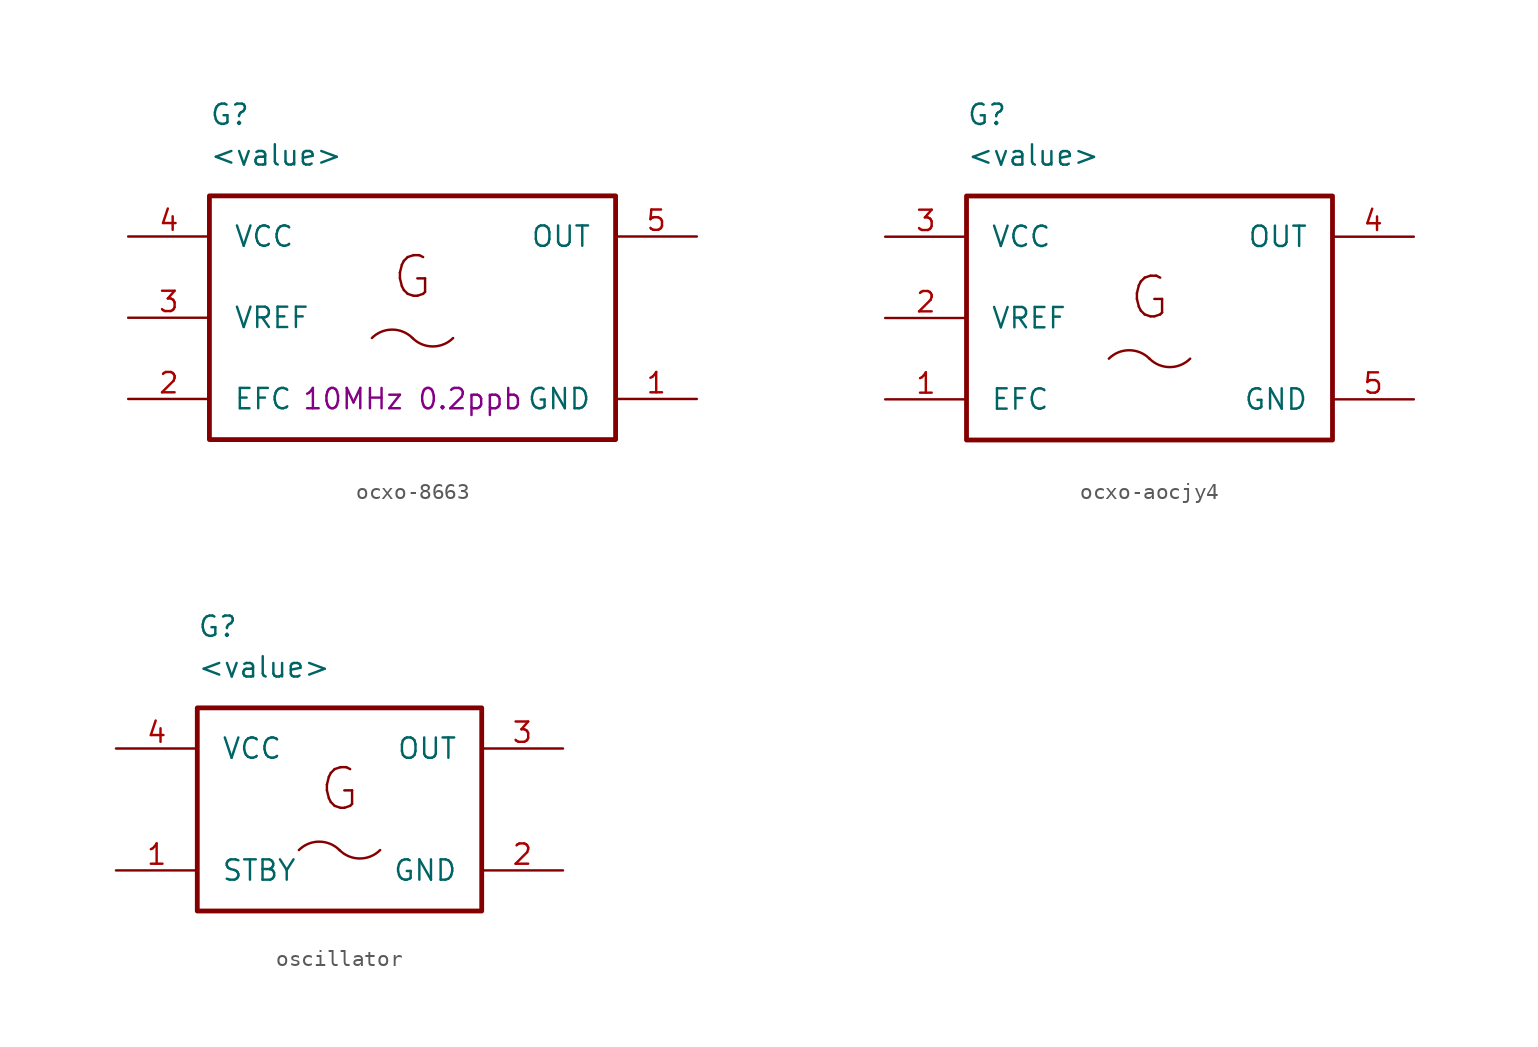
<source format=kicad_sym>
(kicad_symbol_lib
  (version 20241209)
  (generator "kicad_symbol_editor")
  (generator_version "9.0")
  (symbol "ocxo-8663"
    (pin_names
      (offset 1.5))
    (property "Reference" "G"
      (at 5.08 5.08 0)
      (effects (font (size 1.27 1.27)) (justify left)))
    (property "Value" "<value>"
      (at 5.08 2.54 0)
      (effects (font (size 1.27 1.27)) (justify left)))
    (property "Remarks" "10MHz 0.2ppb"
      (at 17.78 -12.7 0)
      (do_not_autoplace)
      (effects (font (size 1.27 1.27))))
    (symbol "ocxo-8663_0_1"
      (arc (start 15.24 -8.8898) (mid 16.51 -8.3638) (end 17.78 -8.8898) (stroke (width 0) (type default)) (fill (type none)))
      (arc (start 20.32 -8.8901) (mid 19.05 -9.4161) (end 17.78 -8.8901) (stroke (width 0) (type default)) (fill (type none))))
    (symbol "ocxo-8663_1_1"
      (rectangle (start 5.08 0) (end 30.48 -15.24) (stroke (width 0.3) (type default)) (fill (type none)))
      (text "G" (at 17.78 -5.08 0) (effects (font (size 2.54 2.54))))
      (pin power_in line (at 0 -2.54 0) (length 5.08) (name "VCC" (effects (font (size 1.27 1.27)))) (number "4" (effects (font (size 1.27 1.27)))))
      (pin output line (at 0 -7.62 0) (length 5.08) (name "VREF" (effects (font (size 1.27 1.27)))) (number "3" (effects (font (size 1.27 1.27)))))
      (pin input line (at 0 -12.7 0) (length 5.08) (name "EFC" (effects (font (size 1.27 1.27)))) (number "2" (effects (font (size 1.27 1.27)))))
      (pin output line (at 35.56 -2.54 180) (length 5.08) (name "OUT" (effects (font (size 1.27 1.27)))) (number "5" (effects (font (size 1.27 1.27)))))
      (pin power_in line (at 35.56 -12.7 180) (length 5.08) (name "GND" (effects (font (size 1.27 1.27)))) (number "1" (effects (font (size 1.27 1.27)))))))
  (symbol "ocxo-aocjy4"
    (pin_names
      (offset 1.5))
    (property "Reference" "G"
      (at 5.08 5.08 0)
      (effects (font (size 1.27 1.27)) (justify left)))
    (property "Value" "<value>"
      (at 5.08 2.54 0)
      (effects (font (size 1.27 1.27)) (justify left)))
    (symbol "ocxo-aocjy4_0_1"
      (arc (start 13.97 -10.1598) (mid 15.24 -9.6338) (end 16.51 -10.1598) (stroke (width 0) (type default)) (fill (type none)))
      (arc (start 19.05 -10.1601) (mid 17.78 -10.6861) (end 16.51 -10.1601) (stroke (width 0) (type default)) (fill (type none))))
    (symbol "ocxo-aocjy4_1_1"
      (rectangle (start 5.08 0) (end 27.94 -15.24) (stroke (width 0.3) (type default)) (fill (type none)))
      (text "G" (at 16.51 -6.35 0) (effects (font (size 2.54 2.54))))
      (pin power_in line (at 0 -2.54 0) (length 5.08) (name "VCC" (effects (font (size 1.27 1.27)))) (number "3" (effects (font (size 1.27 1.27)))))
      (pin output line (at 0 -7.62 0) (length 5.08) (name "VREF" (effects (font (size 1.27 1.27)))) (number "2" (effects (font (size 1.27 1.27)))))
      (pin input line (at 0 -12.7 0) (length 5.08) (name "EFC" (effects (font (size 1.27 1.27)))) (number "1" (effects (font (size 1.27 1.27)))))
      (pin output line (at 33.02 -2.54 180) (length 5.08) (name "OUT" (effects (font (size 1.27 1.27)))) (number "4" (effects (font (size 1.27 1.27)))))
      (pin power_in line (at 33.02 -12.7 180) (length 5.08) (name "GND" (effects (font (size 1.27 1.27)))) (number "5" (effects (font (size 1.27 1.27)))))))
  (symbol "oscillator"
    (pin_names
      (offset 1.5))
    (property "Reference" "G"
      (at 5.08 5.08 0)
      (effects (font (size 1.27 1.27)) (justify left)))
    (property "Value" "<value>"
      (at 5.08 2.54 0)
      (effects (font (size 1.27 1.27)) (justify left)))
    (symbol "oscillator_0_1"
      (rectangle (start 5.08 0) (end 22.86 -12.7) (stroke (width 0.3) (type default)) (fill (type none)))
      (arc (start 11.43 -8.8898) (mid 12.7 -8.3638) (end 13.97 -8.8898) (stroke (width 0) (type default)) (fill (type none)))
      (arc (start 16.51 -8.8901) (mid 15.24 -9.4161) (end 13.97 -8.8901) (stroke (width 0) (type default)) (fill (type none))))
    (symbol "oscillator_1_0"
      (pin power_in line (at 0 -2.54 0) (length 5.08) (name "VCC" (effects (font (size 1.27 1.27)))) (number "4" (effects (font (size 1.27 1.27)))))
      (pin input line (at 0 -10.16 0) (length 5.08) (name "STBY" (effects (font (size 1.27 1.27)))) (number "1" (effects (font (size 1.27 1.27)))))
      (pin output line (at 27.94 -2.54 180) (length 5.08) (name "OUT" (effects (font (size 1.27 1.27)))) (number "3" (effects (font (size 1.27 1.27)))))
      (pin power_in line (at 27.94 -10.16 180) (length 5.08) (name "GND" (effects (font (size 1.27 1.27)))) (number "2" (effects (font (size 1.27 1.27))))))
    (symbol "oscillator_1_1"
      (text "G" (at 13.97 -5.08 0) (effects (font (size 2.54 2.54)))))))
</source>
